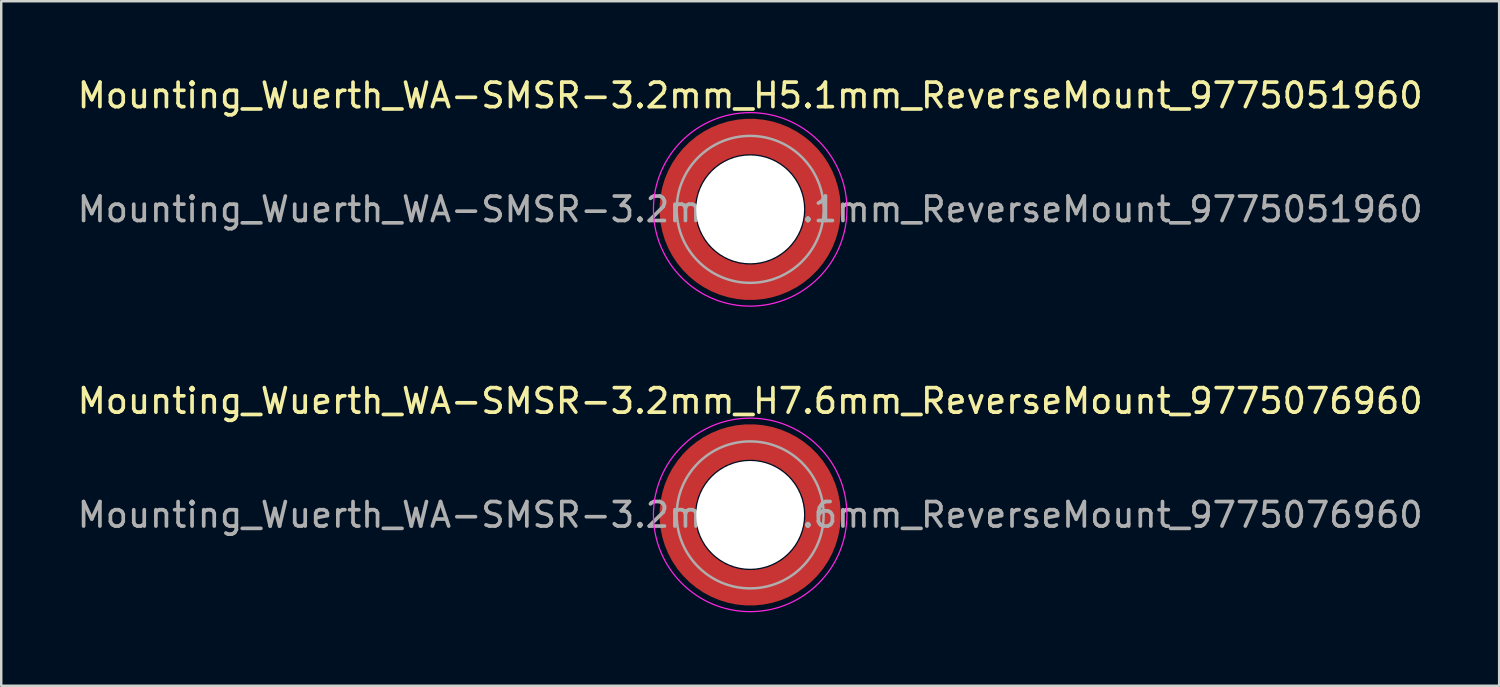
<source format=kicad_pcb>
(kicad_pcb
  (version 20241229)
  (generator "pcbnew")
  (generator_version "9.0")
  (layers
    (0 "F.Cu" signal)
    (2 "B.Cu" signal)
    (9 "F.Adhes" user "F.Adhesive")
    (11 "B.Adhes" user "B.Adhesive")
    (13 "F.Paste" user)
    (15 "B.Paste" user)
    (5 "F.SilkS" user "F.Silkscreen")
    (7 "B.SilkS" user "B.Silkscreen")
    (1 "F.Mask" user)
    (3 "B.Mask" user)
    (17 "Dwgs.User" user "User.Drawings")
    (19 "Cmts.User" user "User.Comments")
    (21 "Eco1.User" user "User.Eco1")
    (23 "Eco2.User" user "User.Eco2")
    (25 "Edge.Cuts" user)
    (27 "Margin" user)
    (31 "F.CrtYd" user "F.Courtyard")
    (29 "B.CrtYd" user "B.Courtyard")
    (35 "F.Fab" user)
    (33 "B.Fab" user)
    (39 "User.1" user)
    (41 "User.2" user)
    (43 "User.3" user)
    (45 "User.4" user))
  (footprint "Mounting_Wuerth_WA-SMSR-3.2mm_H7.6mm_ReverseMount_9775076960"
    (layer "F.Cu")
    (at 27.577 17.971)
    (property "Reference" "Mounting_Wuerth_WA-SMSR-3.2mm_H7.6mm_ReverseMount_9775076960" (at 0 -4.65 0) (layer "F.SilkS") (effects (font (size 1 1) (thickness 0.15))))
    (attr smd)
    (fp_circle (center 0 0) (end 3.95 0) (stroke (width 0.05) (type solid)) (fill no) (layer "F.CrtYd"))
    (fp_circle (center 0 0) (end 3 0) (stroke (width 0.1) (type solid)) (fill no) (layer "F.Fab"))
    (fp_text user "${REFERENCE}" (at 0 0 0) (layer "F.Fab") (effects (font (size 1 1) (thickness 0.15))))
    (pad "" smd custom (at -2.095 -2.095) (size 0.945 0.945) (layers "F.Paste") (options (anchor circle)) (primitives (gr_arc (start -0.24231 1.594804) (mid 0.404104 0.405534) (end 1.592827 -0.241886) (width 0.2)) (gr_arc (start -0.3398 1.594804) (mid 0.335987 0.338711) (end 1.591031 -0.339022) (width 0.2)) (gr_arc (start -0.437132 1.594804) (mid 0.268952 0.270807) (end 1.592231 -0.436623) (width 0.2)) (gr_arc (start -0.534324 1.594804) (mid 0.201345 0.203474) (end 1.591846 -0.53376) (width 0.2)) (gr_arc (start -0.631391 1.594804) (mid 0.134696 0.135183) (end 1.594126 -0.631267) (width 0.2)) (gr_arc (start -0.728345 1.594804) (mid 0.067234 0.067705) (end 1.594149 -0.728229) (width 0.2)) (gr_arc (start -0.825197 1.594804) (mid -0.001218 0.001219) (end 1.591408 -0.824614) (width 0.2)) (gr_arc (start -0.921958 1.594804) (mid -0.068952 -0.065985) (end 1.590665 -0.921269) (width 0.2)) (gr_arc (start -1.018637 1.594804) (mid -0.135972 -0.133907) (end 1.59192 -1.018172) (width 0.2)) (gr_arc (start -1.115239 1.594804) (mid -0.20428 -0.200537) (end 1.589574 -1.11442) (width 0.2)) (gr_arc (start -1.211773 1.594804) (mid -0.26993 -0.269828) (end 1.594662 -1.211751) (width 0.2)) (gr_arc (start -1.308244 1.594804) (mid -0.33911 -0.335587) (end 1.589875 -1.307516) (width 0.2)) (gr_arc (start -1.404657 1.594804) (mid -0.405633 -0.404004) (end 1.592524 -1.404331) (width 0.2)) (gr_arc (start -1.404657 1.594804) (mid -0.405633 -0.404004) (end 1.592524 -1.404331) (width 0.2)) (gr_line (start 1.595 -0.242) (end 1.595 -1.405) (width 0.2)) (gr_line (start -0.242 1.595) (end -1.405 1.595) (width 0.2))))
    (pad "" smd custom (at -2.095 2.095) (size 0.945 0.945) (layers "F.Paste") (options (anchor circle)) (primitives (gr_arc (start 1.594804 0.24231) (mid 0.405534 -0.404104) (end -0.241886 -1.592827) (width 0.2)) (gr_arc (start 1.594804 0.3398) (mid 0.338711 -0.335987) (end -0.339022 -1.591031) (width 0.2)) (gr_arc (start 1.594804 0.437132) (mid 0.270807 -0.268952) (end -0.436623 -1.592231) (width 0.2)) (gr_arc (start 1.594804 0.534324) (mid 0.203474 -0.201345) (end -0.53376 -1.591846) (width 0.2)) (gr_arc (start 1.594804 0.631391) (mid 0.135183 -0.134696) (end -0.631267 -1.594126) (width 0.2)) (gr_arc (start 1.594804 0.728345) (mid 0.067705 -0.067234) (end -0.728229 -1.594149) (width 0.2)) (gr_arc (start 1.594804 0.825197) (mid 0.001219 0.001218) (end -0.824614 -1.591408) (width 0.2)) (gr_arc (start 1.594804 0.921958) (mid -0.065985 0.068952) (end -0.921269 -1.590665) (width 0.2)) (gr_arc (start 1.594804 1.018637) (mid -0.133907 0.135972) (end -1.018172 -1.59192) (width 0.2)) (gr_arc (start 1.594804 1.115239) (mid -0.200537 0.20428) (end -1.11442 -1.589574) (width 0.2)) (gr_arc (start 1.594804 1.211773) (mid -0.269828 0.26993) (end -1.211751 -1.594662) (width 0.2)) (gr_arc (start 1.594804 1.308244) (mid -0.335587 0.33911) (end -1.307516 -1.589875) (width 0.2)) (gr_arc (start 1.594804 1.404657) (mid -0.404004 0.405633) (end -1.404331 -1.592524) (width 0.2)) (gr_arc (start 1.594804 1.404657) (mid -0.404004 0.405633) (end -1.404331 -1.592524) (width 0.2)) (gr_line (start -0.242 -1.595) (end -1.405 -1.595) (width 0.2)) (gr_line (start 1.595 0.242) (end 1.595 1.405) (width 0.2))))
    (pad "" np_thru_hole circle (at 0 0) (size 4.4 4.4) (drill 4.4) (layers "*.Cu" "*.Mask"))
    (pad "" smd custom (at 2.095 -2.095) (size 0.945 0.945) (layers "F.Paste") (options (anchor circle)) (primitives (gr_arc (start -1.594804 -0.24231) (mid -0.405534 0.404104) (end 0.241886 1.592827) (width 0.2)) (gr_arc (start -1.594804 -0.3398) (mid -0.338711 0.335987) (end 0.339022 1.591031) (width 0.2)) (gr_arc (start -1.594804 -0.437132) (mid -0.270807 0.268952) (end 0.436623 1.592231) (width 0.2)) (gr_arc (start -1.594804 -0.534324) (mid -0.203474 0.201345) (end 0.53376 1.591846) (width 0.2)) (gr_arc (start -1.594804 -0.631391) (mid -0.135183 0.134696) (end 0.631267 1.594126) (width 0.2)) (gr_arc (start -1.594804 -0.728345) (mid -0.067705 0.067234) (end 0.728229 1.594149) (width 0.2)) (gr_arc (start -1.594804 -0.825197) (mid -0.001219 -0.001218) (end 0.824614 1.591408) (width 0.2)) (gr_arc (start -1.594804 -0.921958) (mid 0.065985 -0.068952) (end 0.921269 1.590665) (width 0.2)) (gr_arc (start -1.594804 -1.018637) (mid 0.133907 -0.135972) (end 1.018172 1.59192) (width 0.2)) (gr_arc (start -1.594804 -1.115239) (mid 0.200537 -0.20428) (end 1.11442 1.589574) (width 0.2)) (gr_arc (start -1.594804 -1.211773) (mid 0.269828 -0.26993) (end 1.211751 1.594662) (width 0.2)) (gr_arc (start -1.594804 -1.308244) (mid 0.335587 -0.33911) (end 1.307516 1.589875) (width 0.2)) (gr_arc (start -1.594804 -1.404657) (mid 0.404004 -0.405633) (end 1.404331 1.592524) (width 0.2)) (gr_arc (start -1.594804 -1.404657) (mid 0.404004 -0.405633) (end 1.404331 1.592524) (width 0.2)) (gr_line (start 0.242 1.595) (end 1.405 1.595) (width 0.2)) (gr_line (start -1.595 -0.242) (end -1.595 -1.405) (width 0.2))))
    (pad "" smd custom (at 2.095 2.095) (size 0.945 0.945) (layers "F.Paste") (options (anchor circle)) (primitives (gr_arc (start 0.24231 -1.594804) (mid -0.404104 -0.405534) (end -1.592827 0.241886) (width 0.2)) (gr_arc (start 0.3398 -1.594804) (mid -0.335987 -0.338711) (end -1.591031 0.339022) (width 0.2)) (gr_arc (start 0.437132 -1.594804) (mid -0.268952 -0.270807) (end -1.592231 0.436623) (width 0.2)) (gr_arc (start 0.534324 -1.594804) (mid -0.201345 -0.203474) (end -1.591846 0.53376) (width 0.2)) (gr_arc (start 0.631391 -1.594804) (mid -0.134696 -0.135183) (end -1.594126 0.631267) (width 0.2)) (gr_arc (start 0.728345 -1.594804) (mid -0.067234 -0.067705) (end -1.594149 0.728229) (width 0.2)) (gr_arc (start 0.825197 -1.594804) (mid 0.001218 -0.001219) (end -1.591408 0.824614) (width 0.2)) (gr_arc (start 0.921958 -1.594804) (mid 0.068952 0.065985) (end -1.590665 0.921269) (width 0.2)) (gr_arc (start 1.018637 -1.594804) (mid 0.135972 0.133907) (end -1.59192 1.018172) (width 0.2)) (gr_arc (start 1.115239 -1.594804) (mid 0.20428 0.200537) (end -1.589574 1.11442) (width 0.2)) (gr_arc (start 1.211773 -1.594804) (mid 0.26993 0.269828) (end -1.594662 1.211751) (width 0.2)) (gr_arc (start 1.308244 -1.594804) (mid 0.33911 0.335587) (end -1.589875 1.307516) (width 0.2)) (gr_arc (start 1.404657 -1.594804) (mid 0.405633 0.404004) (end -1.592524 1.404331) (width 0.2)) (gr_arc (start 1.404657 -1.594804) (mid 0.405633 0.404004) (end -1.592524 1.404331) (width 0.2)) (gr_line (start -1.595 0.242) (end -1.595 1.405) (width 0.2)) (gr_line (start 0.242 -1.595) (end 1.405 -1.595) (width 0.2))))
    (pad "1" smd circle (at -2.975 0) (size 1.05 1.05) (layers "F.Cu"))
    (pad "1" smd circle (at 0 -2.975) (size 1.05 1.05) (layers "F.Cu"))
    (pad "1" smd circle (at 0 2.975) (size 1.05 1.05) (layers "F.Cu"))
    (pad "1" smd custom (at 2.975 0) (size 1.05 1.05) (layers "F.Cu" "F.Mask") (options (anchor circle)) (primitives (gr_circle (center -2.975 0) (end 0 0) (width 1.45) (fill no)))))
  (footprint "Mounting_Wuerth_WA-SMSR-3.2mm_H5.1mm_ReverseMount_9775051960"
    (layer "F.Cu")
    (at 27.577 5.498)
    (property "Reference" "Mounting_Wuerth_WA-SMSR-3.2mm_H5.1mm_ReverseMount_9775051960" (at 0 -4.65 0) (layer "F.SilkS") (effects (font (size 1 1) (thickness 0.15))))
    (attr smd)
    (fp_circle (center 0 0) (end 3.95 0) (stroke (width 0.05) (type solid)) (fill no) (layer "F.CrtYd"))
    (fp_circle (center 0 0) (end 3 0) (stroke (width 0.1) (type solid)) (fill no) (layer "F.Fab"))
    (fp_text user "${REFERENCE}" (at 0 0 0) (layer "F.Fab") (effects (font (size 1 1) (thickness 0.15))))
    (pad "" smd custom (at -2.095 -2.095) (size 0.945 0.945) (layers "F.Paste") (options (anchor circle)) (primitives (gr_arc (start -0.24231 1.594804) (mid 0.404104 0.405534) (end 1.592827 -0.241886) (width 0.2)) (gr_arc (start -0.3398 1.594804) (mid 0.335987 0.338711) (end 1.591031 -0.339022) (width 0.2)) (gr_arc (start -0.437132 1.594804) (mid 0.268952 0.270807) (end 1.592231 -0.436623) (width 0.2)) (gr_arc (start -0.534324 1.594804) (mid 0.201345 0.203474) (end 1.591846 -0.53376) (width 0.2)) (gr_arc (start -0.631391 1.594804) (mid 0.134696 0.135183) (end 1.594126 -0.631267) (width 0.2)) (gr_arc (start -0.728345 1.594804) (mid 0.067234 0.067705) (end 1.594149 -0.728229) (width 0.2)) (gr_arc (start -0.825197 1.594804) (mid -0.001218 0.001219) (end 1.591408 -0.824614) (width 0.2)) (gr_arc (start -0.921958 1.594804) (mid -0.068952 -0.065985) (end 1.590665 -0.921269) (width 0.2)) (gr_arc (start -1.018637 1.594804) (mid -0.135972 -0.133907) (end 1.59192 -1.018172) (width 0.2)) (gr_arc (start -1.115239 1.594804) (mid -0.20428 -0.200537) (end 1.589574 -1.11442) (width 0.2)) (gr_arc (start -1.211773 1.594804) (mid -0.26993 -0.269828) (end 1.594662 -1.211751) (width 0.2)) (gr_arc (start -1.308244 1.594804) (mid -0.33911 -0.335587) (end 1.589875 -1.307516) (width 0.2)) (gr_arc (start -1.404657 1.594804) (mid -0.405633 -0.404004) (end 1.592524 -1.404331) (width 0.2)) (gr_arc (start -1.404657 1.594804) (mid -0.405633 -0.404004) (end 1.592524 -1.404331) (width 0.2)) (gr_line (start 1.595 -0.242) (end 1.595 -1.405) (width 0.2)) (gr_line (start -0.242 1.595) (end -1.405 1.595) (width 0.2))))
    (pad "" smd custom (at -2.095 2.095) (size 0.945 0.945) (layers "F.Paste") (options (anchor circle)) (primitives (gr_arc (start 1.594804 0.24231) (mid 0.405534 -0.404104) (end -0.241886 -1.592827) (width 0.2)) (gr_arc (start 1.594804 0.3398) (mid 0.338711 -0.335987) (end -0.339022 -1.591031) (width 0.2)) (gr_arc (start 1.594804 0.437132) (mid 0.270807 -0.268952) (end -0.436623 -1.592231) (width 0.2)) (gr_arc (start 1.594804 0.534324) (mid 0.203474 -0.201345) (end -0.53376 -1.591846) (width 0.2)) (gr_arc (start 1.594804 0.631391) (mid 0.135183 -0.134696) (end -0.631267 -1.594126) (width 0.2)) (gr_arc (start 1.594804 0.728345) (mid 0.067705 -0.067234) (end -0.728229 -1.594149) (width 0.2)) (gr_arc (start 1.594804 0.825197) (mid 0.001219 0.001218) (end -0.824614 -1.591408) (width 0.2)) (gr_arc (start 1.594804 0.921958) (mid -0.065985 0.068952) (end -0.921269 -1.590665) (width 0.2)) (gr_arc (start 1.594804 1.018637) (mid -0.133907 0.135972) (end -1.018172 -1.59192) (width 0.2)) (gr_arc (start 1.594804 1.115239) (mid -0.200537 0.20428) (end -1.11442 -1.589574) (width 0.2)) (gr_arc (start 1.594804 1.211773) (mid -0.269828 0.26993) (end -1.211751 -1.594662) (width 0.2)) (gr_arc (start 1.594804 1.308244) (mid -0.335587 0.33911) (end -1.307516 -1.589875) (width 0.2)) (gr_arc (start 1.594804 1.404657) (mid -0.404004 0.405633) (end -1.404331 -1.592524) (width 0.2)) (gr_arc (start 1.594804 1.404657) (mid -0.404004 0.405633) (end -1.404331 -1.592524) (width 0.2)) (gr_line (start -0.242 -1.595) (end -1.405 -1.595) (width 0.2)) (gr_line (start 1.595 0.242) (end 1.595 1.405) (width 0.2))))
    (pad "" np_thru_hole circle (at 0 0) (size 4.4 4.4) (drill 4.4) (layers "*.Cu" "*.Mask"))
    (pad "" smd custom (at 2.095 -2.095) (size 0.945 0.945) (layers "F.Paste") (options (anchor circle)) (primitives (gr_arc (start -1.594804 -0.24231) (mid -0.405534 0.404104) (end 0.241886 1.592827) (width 0.2)) (gr_arc (start -1.594804 -0.3398) (mid -0.338711 0.335987) (end 0.339022 1.591031) (width 0.2)) (gr_arc (start -1.594804 -0.437132) (mid -0.270807 0.268952) (end 0.436623 1.592231) (width 0.2)) (gr_arc (start -1.594804 -0.534324) (mid -0.203474 0.201345) (end 0.53376 1.591846) (width 0.2)) (gr_arc (start -1.594804 -0.631391) (mid -0.135183 0.134696) (end 0.631267 1.594126) (width 0.2)) (gr_arc (start -1.594804 -0.728345) (mid -0.067705 0.067234) (end 0.728229 1.594149) (width 0.2)) (gr_arc (start -1.594804 -0.825197) (mid -0.001219 -0.001218) (end 0.824614 1.591408) (width 0.2)) (gr_arc (start -1.594804 -0.921958) (mid 0.065985 -0.068952) (end 0.921269 1.590665) (width 0.2)) (gr_arc (start -1.594804 -1.018637) (mid 0.133907 -0.135972) (end 1.018172 1.59192) (width 0.2)) (gr_arc (start -1.594804 -1.115239) (mid 0.200537 -0.20428) (end 1.11442 1.589574) (width 0.2)) (gr_arc (start -1.594804 -1.211773) (mid 0.269828 -0.26993) (end 1.211751 1.594662) (width 0.2)) (gr_arc (start -1.594804 -1.308244) (mid 0.335587 -0.33911) (end 1.307516 1.589875) (width 0.2)) (gr_arc (start -1.594804 -1.404657) (mid 0.404004 -0.405633) (end 1.404331 1.592524) (width 0.2)) (gr_arc (start -1.594804 -1.404657) (mid 0.404004 -0.405633) (end 1.404331 1.592524) (width 0.2)) (gr_line (start 0.242 1.595) (end 1.405 1.595) (width 0.2)) (gr_line (start -1.595 -0.242) (end -1.595 -1.405) (width 0.2))))
    (pad "" smd custom (at 2.095 2.095) (size 0.945 0.945) (layers "F.Paste") (options (anchor circle)) (primitives (gr_arc (start 0.24231 -1.594804) (mid -0.404104 -0.405534) (end -1.592827 0.241886) (width 0.2)) (gr_arc (start 0.3398 -1.594804) (mid -0.335987 -0.338711) (end -1.591031 0.339022) (width 0.2)) (gr_arc (start 0.437132 -1.594804) (mid -0.268952 -0.270807) (end -1.592231 0.436623) (width 0.2)) (gr_arc (start 0.534324 -1.594804) (mid -0.201345 -0.203474) (end -1.591846 0.53376) (width 0.2)) (gr_arc (start 0.631391 -1.594804) (mid -0.134696 -0.135183) (end -1.594126 0.631267) (width 0.2)) (gr_arc (start 0.728345 -1.594804) (mid -0.067234 -0.067705) (end -1.594149 0.728229) (width 0.2)) (gr_arc (start 0.825197 -1.594804) (mid 0.001218 -0.001219) (end -1.591408 0.824614) (width 0.2)) (gr_arc (start 0.921958 -1.594804) (mid 0.068952 0.065985) (end -1.590665 0.921269) (width 0.2)) (gr_arc (start 1.018637 -1.594804) (mid 0.135972 0.133907) (end -1.59192 1.018172) (width 0.2)) (gr_arc (start 1.115239 -1.594804) (mid 0.20428 0.200537) (end -1.589574 1.11442) (width 0.2)) (gr_arc (start 1.211773 -1.594804) (mid 0.26993 0.269828) (end -1.594662 1.211751) (width 0.2)) (gr_arc (start 1.308244 -1.594804) (mid 0.33911 0.335587) (end -1.589875 1.307516) (width 0.2)) (gr_arc (start 1.404657 -1.594804) (mid 0.405633 0.404004) (end -1.592524 1.404331) (width 0.2)) (gr_arc (start 1.404657 -1.594804) (mid 0.405633 0.404004) (end -1.592524 1.404331) (width 0.2)) (gr_line (start -1.595 0.242) (end -1.595 1.405) (width 0.2)) (gr_line (start 0.242 -1.595) (end 1.405 -1.595) (width 0.2))))
    (pad "1" smd circle (at -2.975 0) (size 1.05 1.05) (layers "F.Cu"))
    (pad "1" smd circle (at 0 -2.975) (size 1.05 1.05) (layers "F.Cu"))
    (pad "1" smd circle (at 0 2.975) (size 1.05 1.05) (layers "F.Cu"))
    (pad "1" smd custom (at 2.975 0) (size 1.05 1.05) (layers "F.Cu" "F.Mask") (options (anchor circle)) (primitives (gr_circle (center -2.975 0) (end 0 0) (width 1.45) (fill no)))))
  (gr_rect
    (start -3 -3)
    (end 58.155 24.947)
    (stroke (width 0.1) (type default))
    (fill no)
    (layer "Edge.Cuts")))
</source>
